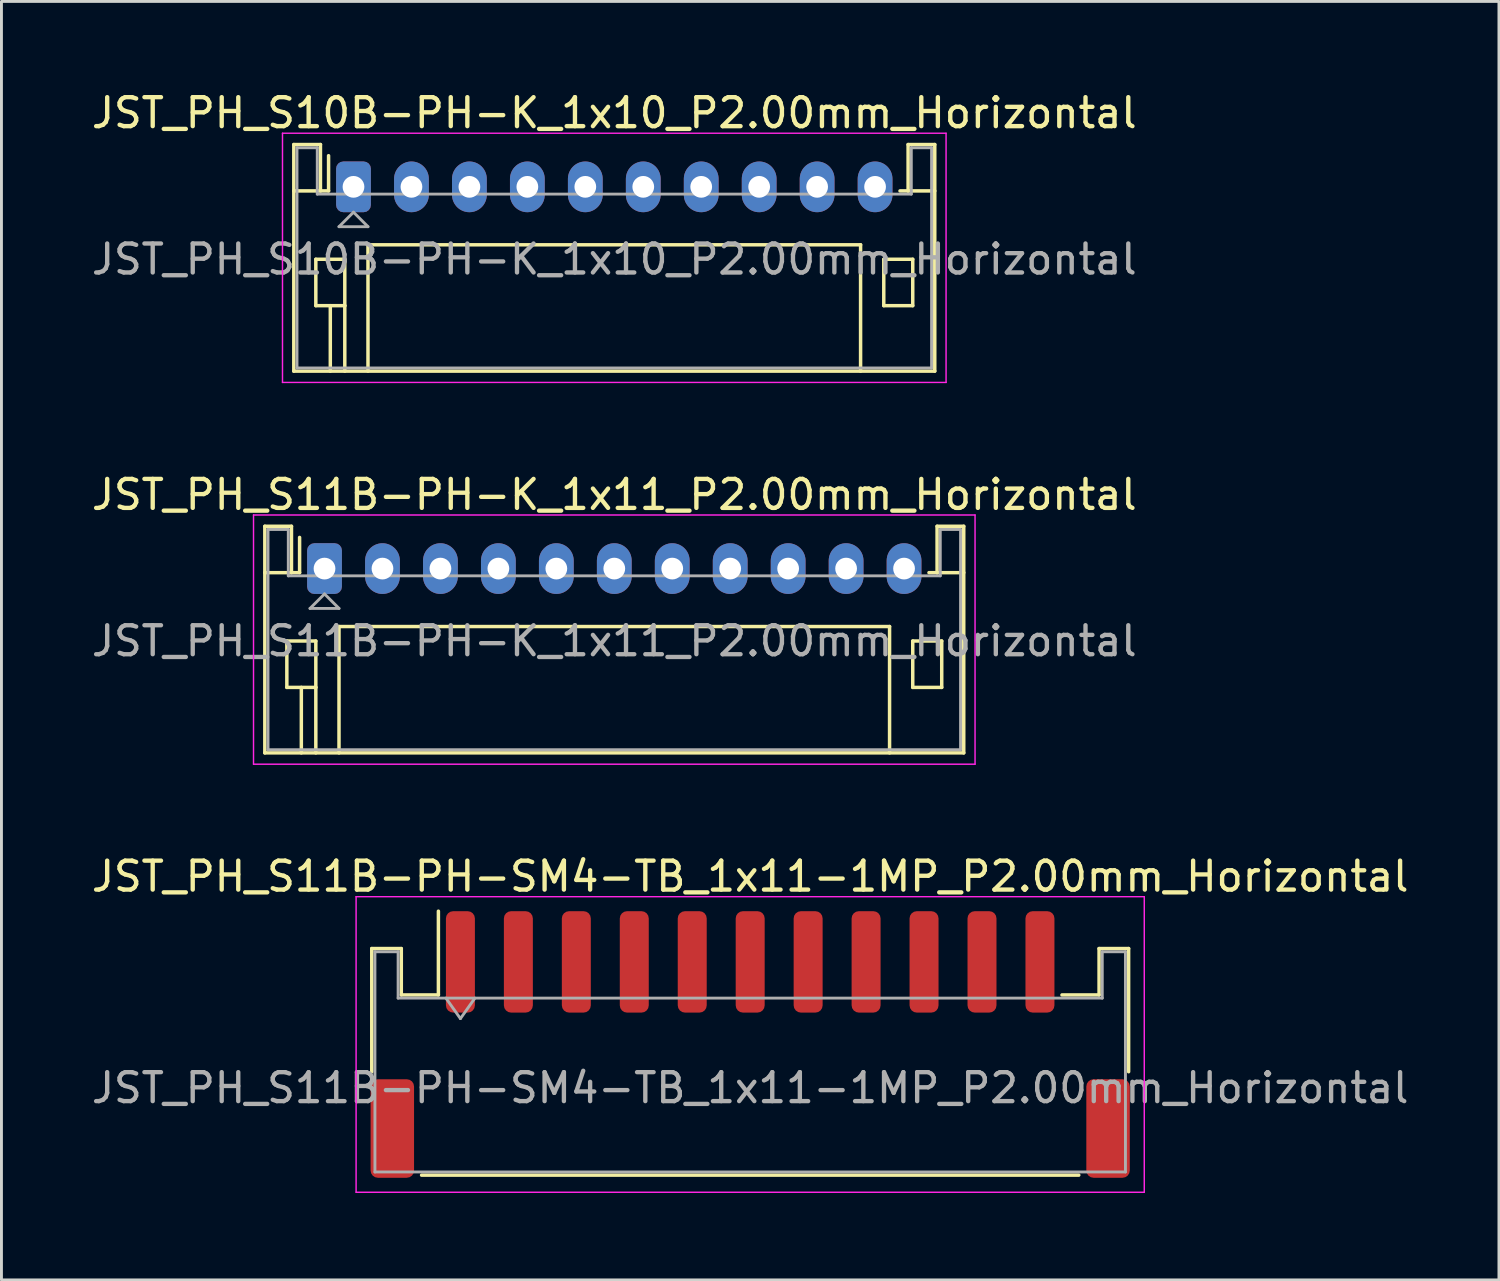
<source format=kicad_pcb>
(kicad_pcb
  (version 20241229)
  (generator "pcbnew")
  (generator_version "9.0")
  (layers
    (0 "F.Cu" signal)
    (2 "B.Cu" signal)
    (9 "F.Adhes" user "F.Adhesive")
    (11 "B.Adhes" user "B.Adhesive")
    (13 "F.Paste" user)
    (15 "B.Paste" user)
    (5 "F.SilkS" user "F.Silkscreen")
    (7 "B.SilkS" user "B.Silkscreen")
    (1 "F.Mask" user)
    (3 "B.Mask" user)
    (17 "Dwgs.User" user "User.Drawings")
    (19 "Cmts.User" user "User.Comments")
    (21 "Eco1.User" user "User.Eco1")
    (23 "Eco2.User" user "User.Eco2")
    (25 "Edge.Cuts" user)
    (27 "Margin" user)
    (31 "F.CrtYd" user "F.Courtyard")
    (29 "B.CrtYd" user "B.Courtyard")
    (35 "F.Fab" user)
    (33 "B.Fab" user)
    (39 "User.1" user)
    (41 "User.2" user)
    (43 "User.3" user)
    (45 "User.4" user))
  (footprint "JST_PH_S11B-PH-K_1x11_P2.00mm_Horizontal"
    (layer "F.Cu")
    (at 8.149 16.572)
    (property "Reference" "JST_PH_S11B-PH-K_1x11_P2.00mm_Horizontal" (at 10 -2.55 0) (layer "F.SilkS") (effects (font (size 1 1) (thickness 0.15))))
    (attr through_hole)
    (fp_line (start -2.06 -1.46) (end -2.06 6.36) (stroke (width 0.12) (type solid)) (layer "F.SilkS"))
    (fp_line (start -2.06 0.14) (end -1.14 0.14) (stroke (width 0.12) (type solid)) (layer "F.SilkS"))
    (fp_line (start -2.06 6.36) (end 22.06 6.36) (stroke (width 0.12) (type solid)) (layer "F.SilkS"))
    (fp_line (start -1.3 2.5) (end -1.3 4.1) (stroke (width 0.12) (type solid)) (layer "F.SilkS"))
    (fp_line (start -1.3 4.1) (end -0.3 4.1) (stroke (width 0.12) (type solid)) (layer "F.SilkS"))
    (fp_line (start -1.14 -1.46) (end -2.06 -1.46) (stroke (width 0.12) (type solid)) (layer "F.SilkS"))
    (fp_line (start -1.14 0.14) (end -1.14 -1.46) (stroke (width 0.12) (type solid)) (layer "F.SilkS"))
    (fp_line (start -0.86 0.14) (end -1.14 0.14) (stroke (width 0.12) (type solid)) (layer "F.SilkS"))
    (fp_line (start -0.86 0.14) (end -0.86 -1.075) (stroke (width 0.12) (type solid)) (layer "F.SilkS"))
    (fp_line (start -0.8 4.1) (end -0.8 6.36) (stroke (width 0.12) (type solid)) (layer "F.SilkS"))
    (fp_line (start -0.3 2.5) (end -1.3 2.5) (stroke (width 0.12) (type solid)) (layer "F.SilkS"))
    (fp_line (start -0.3 4.1) (end -0.3 2.5) (stroke (width 0.12) (type solid)) (layer "F.SilkS"))
    (fp_line (start -0.3 4.1) (end -0.3 6.36) (stroke (width 0.12) (type solid)) (layer "F.SilkS"))
    (fp_line (start 0.5 2) (end 19.5 2) (stroke (width 0.12) (type solid)) (layer "F.SilkS"))
    (fp_line (start 0.5 6.36) (end 0.5 2) (stroke (width 0.12) (type solid)) (layer "F.SilkS"))
    (fp_line (start 19.5 2) (end 19.5 6.36) (stroke (width 0.12) (type solid)) (layer "F.SilkS"))
    (fp_line (start 20.3 2.5) (end 21.3 2.5) (stroke (width 0.12) (type solid)) (layer "F.SilkS"))
    (fp_line (start 20.3 4.1) (end 20.3 2.5) (stroke (width 0.12) (type solid)) (layer "F.SilkS"))
    (fp_line (start 21.14 -1.46) (end 21.14 0.14) (stroke (width 0.12) (type solid)) (layer "F.SilkS"))
    (fp_line (start 21.14 0.14) (end 20.86 0.14) (stroke (width 0.12) (type solid)) (layer "F.SilkS"))
    (fp_line (start 21.3 2.5) (end 21.3 4.1) (stroke (width 0.12) (type solid)) (layer "F.SilkS"))
    (fp_line (start 21.3 4.1) (end 20.3 4.1) (stroke (width 0.12) (type solid)) (layer "F.SilkS"))
    (fp_line (start 22.06 -1.46) (end 21.14 -1.46) (stroke (width 0.12) (type solid)) (layer "F.SilkS"))
    (fp_line (start 22.06 0.14) (end 21.14 0.14) (stroke (width 0.12) (type solid)) (layer "F.SilkS"))
    (fp_line (start 22.06 6.36) (end 22.06 -1.46) (stroke (width 0.12) (type solid)) (layer "F.SilkS"))
    (fp_line (start -2.45 -1.85) (end -2.45 6.75) (stroke (width 0.05) (type solid)) (layer "F.CrtYd"))
    (fp_line (start -2.45 6.75) (end 22.45 6.75) (stroke (width 0.05) (type solid)) (layer "F.CrtYd"))
    (fp_line (start 22.45 -1.85) (end -2.45 -1.85) (stroke (width 0.05) (type solid)) (layer "F.CrtYd"))
    (fp_line (start 22.45 6.75) (end 22.45 -1.85) (stroke (width 0.05) (type solid)) (layer "F.CrtYd"))
    (fp_line (start -1.95 -1.35) (end -1.95 6.25) (stroke (width 0.1) (type solid)) (layer "F.Fab"))
    (fp_line (start -1.95 6.25) (end 21.95 6.25) (stroke (width 0.1) (type solid)) (layer "F.Fab"))
    (fp_line (start -1.25 -1.35) (end -1.95 -1.35) (stroke (width 0.1) (type solid)) (layer "F.Fab"))
    (fp_line (start -1.25 0.25) (end -1.25 -1.35) (stroke (width 0.1) (type solid)) (layer "F.Fab"))
    (fp_line (start -0.5 1.375) (end 0.5 1.375) (stroke (width 0.1) (type solid)) (layer "F.Fab"))
    (fp_line (start 0 0.875) (end -0.5 1.375) (stroke (width 0.1) (type solid)) (layer "F.Fab"))
    (fp_line (start 0.5 1.375) (end 0 0.875) (stroke (width 0.1) (type solid)) (layer "F.Fab"))
    (fp_line (start 21.25 -1.35) (end 21.25 0.25) (stroke (width 0.1) (type solid)) (layer "F.Fab"))
    (fp_line (start 21.25 0.25) (end -1.25 0.25) (stroke (width 0.1) (type solid)) (layer "F.Fab"))
    (fp_line (start 21.95 -1.35) (end 21.25 -1.35) (stroke (width 0.1) (type solid)) (layer "F.Fab"))
    (fp_line (start 21.95 6.25) (end 21.95 -1.35) (stroke (width 0.1) (type solid)) (layer "F.Fab"))
    (fp_text user "${REFERENCE}" (at 10 2.5 0) (layer "F.Fab") (effects (font (size 1 1) (thickness 0.15))))
    (pad "1" thru_hole roundrect (at 0 0) (size 1.2 1.75) (drill 0.75) (layers "*.Cu" "*.Mask") (roundrect_rratio 0.208))
    (pad "2" thru_hole oval (at 2 0) (size 1.2 1.75) (drill 0.75) (layers "*.Cu" "*.Mask"))
    (pad "3" thru_hole oval (at 4 0) (size 1.2 1.75) (drill 0.75) (layers "*.Cu" "*.Mask"))
    (pad "4" thru_hole oval (at 6 0) (size 1.2 1.75) (drill 0.75) (layers "*.Cu" "*.Mask"))
    (pad "5" thru_hole oval (at 8 0) (size 1.2 1.75) (drill 0.75) (layers "*.Cu" "*.Mask"))
    (pad "6" thru_hole oval (at 10 0) (size 1.2 1.75) (drill 0.75) (layers "*.Cu" "*.Mask"))
    (pad "7" thru_hole oval (at 12 0) (size 1.2 1.75) (drill 0.75) (layers "*.Cu" "*.Mask"))
    (pad "8" thru_hole oval (at 14 0) (size 1.2 1.75) (drill 0.75) (layers "*.Cu" "*.Mask"))
    (pad "9" thru_hole oval (at 16 0) (size 1.2 1.75) (drill 0.75) (layers "*.Cu" "*.Mask"))
    (pad "10" thru_hole oval (at 18 0) (size 1.2 1.75) (drill 0.75) (layers "*.Cu" "*.Mask"))
    (pad "11" thru_hole oval (at 20 0) (size 1.2 1.75) (drill 0.75) (layers "*.Cu" "*.Mask")))
  (footprint "JST_PH_S11B-PH-SM4-TB_1x11-1MP_P2.00mm_Horizontal"
    (layer "F.Cu")
    (at 22.839 32.995)
    (property "Reference" "JST_PH_S11B-PH-SM4-TB_1x11-1MP_P2.00mm_Horizontal" (at 0 -5.8 0) (layer "F.SilkS") (effects (font (size 1 1) (thickness 0.15))))
    (attr smd)
    (fp_line (start -13.06 -3.31) (end -12.04 -3.31) (stroke (width 0.12) (type solid)) (layer "F.SilkS"))
    (fp_line (start -13.06 0.94) (end -13.06 -3.31) (stroke (width 0.12) (type solid)) (layer "F.SilkS"))
    (fp_line (start -12.04 -3.31) (end -12.04 -1.71) (stroke (width 0.12) (type solid)) (layer "F.SilkS"))
    (fp_line (start -12.04 -1.71) (end -10.76 -1.71) (stroke (width 0.12) (type solid)) (layer "F.SilkS"))
    (fp_line (start -11.34 4.51) (end 11.34 4.51) (stroke (width 0.12) (type solid)) (layer "F.SilkS"))
    (fp_line (start -10.76 -1.71) (end -10.76 -4.6) (stroke (width 0.12) (type solid)) (layer "F.SilkS"))
    (fp_line (start 12.04 -3.31) (end 12.04 -1.71) (stroke (width 0.12) (type solid)) (layer "F.SilkS"))
    (fp_line (start 12.04 -1.71) (end 10.76 -1.71) (stroke (width 0.12) (type solid)) (layer "F.SilkS"))
    (fp_line (start 13.06 -3.31) (end 12.04 -3.31) (stroke (width 0.12) (type solid)) (layer "F.SilkS"))
    (fp_line (start 13.06 0.94) (end 13.06 -3.31) (stroke (width 0.12) (type solid)) (layer "F.SilkS"))
    (fp_line (start -13.6 -5.1) (end -13.6 5.1) (stroke (width 0.05) (type solid)) (layer "F.CrtYd"))
    (fp_line (start -13.6 5.1) (end 13.6 5.1) (stroke (width 0.05) (type solid)) (layer "F.CrtYd"))
    (fp_line (start 13.6 -5.1) (end -13.6 -5.1) (stroke (width 0.05) (type solid)) (layer "F.CrtYd"))
    (fp_line (start 13.6 5.1) (end 13.6 -5.1) (stroke (width 0.05) (type solid)) (layer "F.CrtYd"))
    (fp_line (start -12.95 -3.2) (end -12.95 4.4) (stroke (width 0.1) (type solid)) (layer "F.Fab"))
    (fp_line (start -12.95 -3.2) (end -12.15 -3.2) (stroke (width 0.1) (type solid)) (layer "F.Fab"))
    (fp_line (start -12.95 4.4) (end 12.95 4.4) (stroke (width 0.1) (type solid)) (layer "F.Fab"))
    (fp_line (start -12.15 -3.2) (end -12.15 -1.6) (stroke (width 0.1) (type solid)) (layer "F.Fab"))
    (fp_line (start -12.15 -1.6) (end 12.15 -1.6) (stroke (width 0.1) (type solid)) (layer "F.Fab"))
    (fp_line (start -10.5 -1.6) (end -10 -0.893) (stroke (width 0.1) (type solid)) (layer "F.Fab"))
    (fp_line (start -10 -0.893) (end -9.5 -1.6) (stroke (width 0.1) (type solid)) (layer "F.Fab"))
    (fp_line (start 12.15 -3.2) (end 12.95 -3.2) (stroke (width 0.1) (type solid)) (layer "F.Fab"))
    (fp_line (start 12.15 -1.6) (end 12.15 -3.2) (stroke (width 0.1) (type solid)) (layer "F.Fab"))
    (fp_line (start 12.95 -3.2) (end 12.95 4.4) (stroke (width 0.1) (type solid)) (layer "F.Fab"))
    (fp_text user "${REFERENCE}" (at 0 1.5 0) (layer "F.Fab") (effects (font (size 1 1) (thickness 0.15))))
    (pad "1" smd roundrect (at -10 -2.85) (size 1 3.5) (layers "F.Cu" "F.Mask" "F.Paste") (roundrect_rratio 0.25))
    (pad "2" smd roundrect (at -8 -2.85) (size 1 3.5) (layers "F.Cu" "F.Mask" "F.Paste") (roundrect_rratio 0.25))
    (pad "3" smd roundrect (at -6 -2.85) (size 1 3.5) (layers "F.Cu" "F.Mask" "F.Paste") (roundrect_rratio 0.25))
    (pad "4" smd roundrect (at -4 -2.85) (size 1 3.5) (layers "F.Cu" "F.Mask" "F.Paste") (roundrect_rratio 0.25))
    (pad "5" smd roundrect (at -2 -2.85) (size 1 3.5) (layers "F.Cu" "F.Mask" "F.Paste") (roundrect_rratio 0.25))
    (pad "6" smd roundrect (at 0 -2.85) (size 1 3.5) (layers "F.Cu" "F.Mask" "F.Paste") (roundrect_rratio 0.25))
    (pad "7" smd roundrect (at 2 -2.85) (size 1 3.5) (layers "F.Cu" "F.Mask" "F.Paste") (roundrect_rratio 0.25))
    (pad "8" smd roundrect (at 4 -2.85) (size 1 3.5) (layers "F.Cu" "F.Mask" "F.Paste") (roundrect_rratio 0.25))
    (pad "9" smd roundrect (at 6 -2.85) (size 1 3.5) (layers "F.Cu" "F.Mask" "F.Paste") (roundrect_rratio 0.25))
    (pad "10" smd roundrect (at 8 -2.85) (size 1 3.5) (layers "F.Cu" "F.Mask" "F.Paste") (roundrect_rratio 0.25))
    (pad "11" smd roundrect (at 10 -2.85) (size 1 3.5) (layers "F.Cu" "F.Mask" "F.Paste") (roundrect_rratio 0.25))
    (pad "MP" smd roundrect (at -12.35 2.9) (size 1.5 3.4) (layers "F.Cu" "F.Mask" "F.Paste") (roundrect_rratio 0.167))
    (pad "MP" smd roundrect (at 12.35 2.9) (size 1.5 3.4) (layers "F.Cu" "F.Mask" "F.Paste") (roundrect_rratio 0.167)))
  (footprint "JST_PH_S10B-PH-K_1x10_P2.00mm_Horizontal"
    (layer "F.Cu")
    (at 9.149 3.398)
    (property "Reference" "JST_PH_S10B-PH-K_1x10_P2.00mm_Horizontal" (at 9 -2.55 0) (layer "F.SilkS") (effects (font (size 1 1) (thickness 0.15))))
    (attr through_hole)
    (fp_line (start -2.06 -1.46) (end -2.06 6.36) (stroke (width 0.12) (type solid)) (layer "F.SilkS"))
    (fp_line (start -2.06 0.14) (end -1.14 0.14) (stroke (width 0.12) (type solid)) (layer "F.SilkS"))
    (fp_line (start -2.06 6.36) (end 20.06 6.36) (stroke (width 0.12) (type solid)) (layer "F.SilkS"))
    (fp_line (start -1.3 2.5) (end -1.3 4.1) (stroke (width 0.12) (type solid)) (layer "F.SilkS"))
    (fp_line (start -1.3 4.1) (end -0.3 4.1) (stroke (width 0.12) (type solid)) (layer "F.SilkS"))
    (fp_line (start -1.14 -1.46) (end -2.06 -1.46) (stroke (width 0.12) (type solid)) (layer "F.SilkS"))
    (fp_line (start -1.14 0.14) (end -1.14 -1.46) (stroke (width 0.12) (type solid)) (layer "F.SilkS"))
    (fp_line (start -0.86 0.14) (end -1.14 0.14) (stroke (width 0.12) (type solid)) (layer "F.SilkS"))
    (fp_line (start -0.86 0.14) (end -0.86 -1.075) (stroke (width 0.12) (type solid)) (layer "F.SilkS"))
    (fp_line (start -0.8 4.1) (end -0.8 6.36) (stroke (width 0.12) (type solid)) (layer "F.SilkS"))
    (fp_line (start -0.3 2.5) (end -1.3 2.5) (stroke (width 0.12) (type solid)) (layer "F.SilkS"))
    (fp_line (start -0.3 4.1) (end -0.3 2.5) (stroke (width 0.12) (type solid)) (layer "F.SilkS"))
    (fp_line (start -0.3 4.1) (end -0.3 6.36) (stroke (width 0.12) (type solid)) (layer "F.SilkS"))
    (fp_line (start 0.5 2) (end 17.5 2) (stroke (width 0.12) (type solid)) (layer "F.SilkS"))
    (fp_line (start 0.5 6.36) (end 0.5 2) (stroke (width 0.12) (type solid)) (layer "F.SilkS"))
    (fp_line (start 17.5 2) (end 17.5 6.36) (stroke (width 0.12) (type solid)) (layer "F.SilkS"))
    (fp_line (start 18.3 2.5) (end 19.3 2.5) (stroke (width 0.12) (type solid)) (layer "F.SilkS"))
    (fp_line (start 18.3 4.1) (end 18.3 2.5) (stroke (width 0.12) (type solid)) (layer "F.SilkS"))
    (fp_line (start 19.14 -1.46) (end 19.14 0.14) (stroke (width 0.12) (type solid)) (layer "F.SilkS"))
    (fp_line (start 19.14 0.14) (end 18.86 0.14) (stroke (width 0.12) (type solid)) (layer "F.SilkS"))
    (fp_line (start 19.3 2.5) (end 19.3 4.1) (stroke (width 0.12) (type solid)) (layer "F.SilkS"))
    (fp_line (start 19.3 4.1) (end 18.3 4.1) (stroke (width 0.12) (type solid)) (layer "F.SilkS"))
    (fp_line (start 20.06 -1.46) (end 19.14 -1.46) (stroke (width 0.12) (type solid)) (layer "F.SilkS"))
    (fp_line (start 20.06 0.14) (end 19.14 0.14) (stroke (width 0.12) (type solid)) (layer "F.SilkS"))
    (fp_line (start 20.06 6.36) (end 20.06 -1.46) (stroke (width 0.12) (type solid)) (layer "F.SilkS"))
    (fp_line (start -2.45 -1.85) (end -2.45 6.75) (stroke (width 0.05) (type solid)) (layer "F.CrtYd"))
    (fp_line (start -2.45 6.75) (end 20.45 6.75) (stroke (width 0.05) (type solid)) (layer "F.CrtYd"))
    (fp_line (start 20.45 -1.85) (end -2.45 -1.85) (stroke (width 0.05) (type solid)) (layer "F.CrtYd"))
    (fp_line (start 20.45 6.75) (end 20.45 -1.85) (stroke (width 0.05) (type solid)) (layer "F.CrtYd"))
    (fp_line (start -1.95 -1.35) (end -1.95 6.25) (stroke (width 0.1) (type solid)) (layer "F.Fab"))
    (fp_line (start -1.95 6.25) (end 19.95 6.25) (stroke (width 0.1) (type solid)) (layer "F.Fab"))
    (fp_line (start -1.25 -1.35) (end -1.95 -1.35) (stroke (width 0.1) (type solid)) (layer "F.Fab"))
    (fp_line (start -1.25 0.25) (end -1.25 -1.35) (stroke (width 0.1) (type solid)) (layer "F.Fab"))
    (fp_line (start -0.5 1.375) (end 0.5 1.375) (stroke (width 0.1) (type solid)) (layer "F.Fab"))
    (fp_line (start 0 0.875) (end -0.5 1.375) (stroke (width 0.1) (type solid)) (layer "F.Fab"))
    (fp_line (start 0.5 1.375) (end 0 0.875) (stroke (width 0.1) (type solid)) (layer "F.Fab"))
    (fp_line (start 19.25 -1.35) (end 19.25 0.25) (stroke (width 0.1) (type solid)) (layer "F.Fab"))
    (fp_line (start 19.25 0.25) (end -1.25 0.25) (stroke (width 0.1) (type solid)) (layer "F.Fab"))
    (fp_line (start 19.95 -1.35) (end 19.25 -1.35) (stroke (width 0.1) (type solid)) (layer "F.Fab"))
    (fp_line (start 19.95 6.25) (end 19.95 -1.35) (stroke (width 0.1) (type solid)) (layer "F.Fab"))
    (fp_text user "${REFERENCE}" (at 9 2.5 0) (layer "F.Fab") (effects (font (size 1 1) (thickness 0.15))))
    (pad "1" thru_hole roundrect (at 0 0) (size 1.2 1.75) (drill 0.75) (layers "*.Cu" "*.Mask") (roundrect_rratio 0.208))
    (pad "2" thru_hole oval (at 2 0) (size 1.2 1.75) (drill 0.75) (layers "*.Cu" "*.Mask"))
    (pad "3" thru_hole oval (at 4 0) (size 1.2 1.75) (drill 0.75) (layers "*.Cu" "*.Mask"))
    (pad "4" thru_hole oval (at 6 0) (size 1.2 1.75) (drill 0.75) (layers "*.Cu" "*.Mask"))
    (pad "5" thru_hole oval (at 8 0) (size 1.2 1.75) (drill 0.75) (layers "*.Cu" "*.Mask"))
    (pad "6" thru_hole oval (at 10 0) (size 1.2 1.75) (drill 0.75) (layers "*.Cu" "*.Mask"))
    (pad "7" thru_hole oval (at 12 0) (size 1.2 1.75) (drill 0.75) (layers "*.Cu" "*.Mask"))
    (pad "8" thru_hole oval (at 14 0) (size 1.2 1.75) (drill 0.75) (layers "*.Cu" "*.Mask"))
    (pad "9" thru_hole oval (at 16 0) (size 1.2 1.75) (drill 0.75) (layers "*.Cu" "*.Mask"))
    (pad "10" thru_hole oval (at 18 0) (size 1.2 1.75) (drill 0.75) (layers "*.Cu" "*.Mask")))
  (gr_rect
    (start -3 -3)
    (end 48.679 41.12)
    (stroke (width 0.1) (type default))
    (fill no)
    (layer "Edge.Cuts")))
</source>
